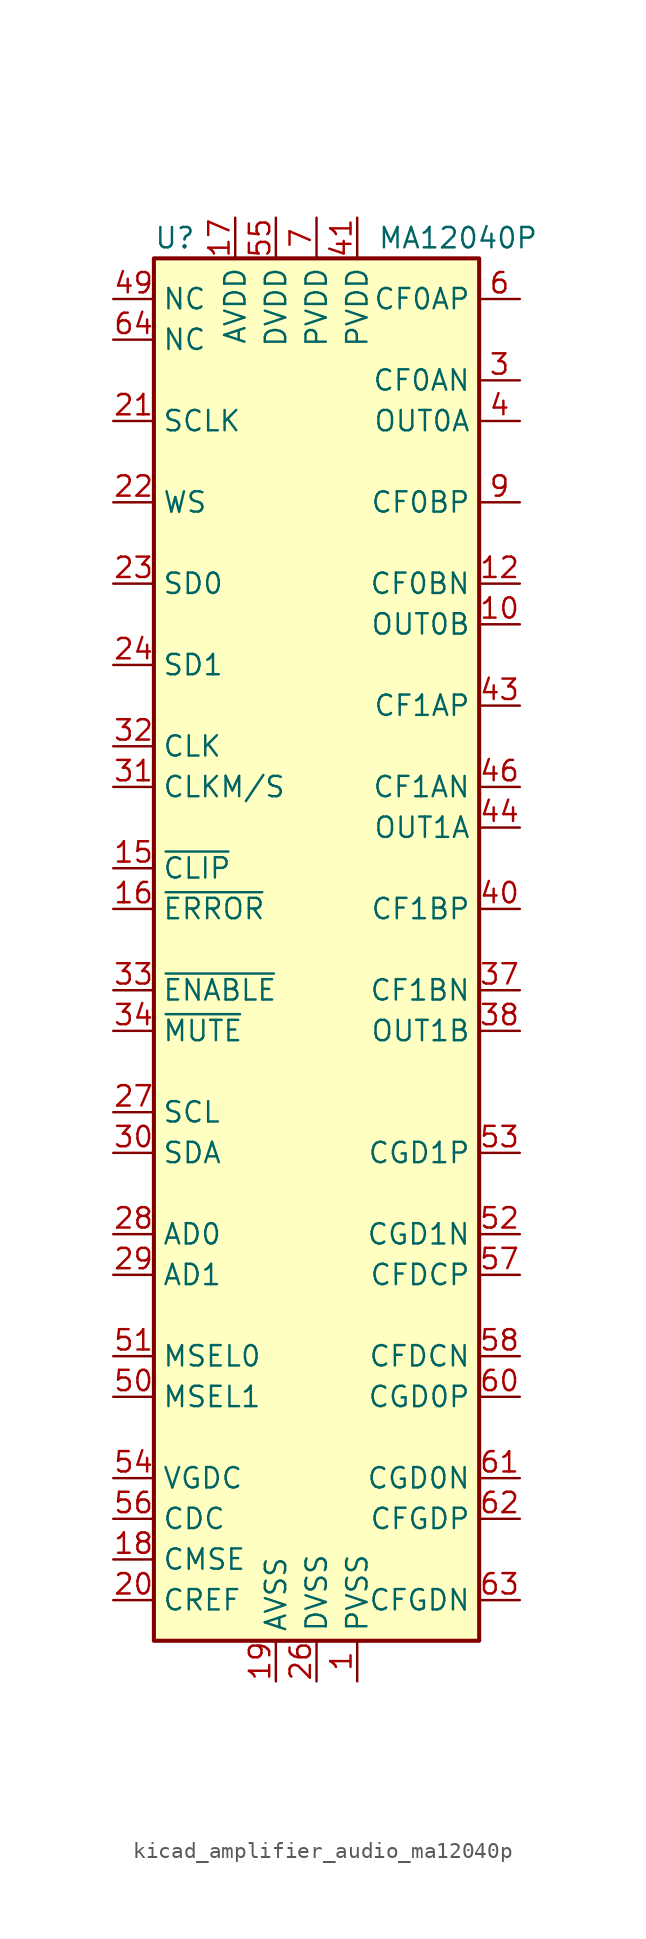
<source format=kicad_sym>
(kicad_symbol_lib
  (version 20220914)
  (generator kicad_symbol_editor)
  (symbol "kicad_amplifier_audio_ma12040p"
    (property "Reference" "U"
      (at -10.16 44.45 0)
      (effects (font (size 1.27 1.27)) (justify left)))
    (property "Value" "MA12040P"
      (at 3.81 44.45 0)
      (effects (font (size 1.27 1.27)) (justify left)))
    (symbol "kicad_amplifier_audio_ma12040p_0_1"
      (rectangle (start -10.16 -43.18) (end 10.16 43.18) (stroke (width 0.254) (type default)) (fill (type background))))
    (symbol "kicad_amplifier_audio_ma12040p_1_1"
      (pin power_in line (at 2.54 -45.72 90) (length 2.54) (name "PVSS" (effects (font (size 1.27 1.27)))) (number "1" (effects (font (size 1.27 1.27)))))
      (pin output line (at 12.7 20.32 180) (length 2.54) (name "OUT0B" (effects (font (size 1.27 1.27)))) (number "10" (effects (font (size 1.27 1.27)))))
      (pin passive line (at 12.7 20.32 180) (length 2.54) hide (name "OUT0B" (effects (font (size 1.27 1.27)))) (number "11" (effects (font (size 1.27 1.27)))))
      (pin passive line (at 12.7 22.86 180) (length 2.54) (name "CF0BN" (effects (font (size 1.27 1.27)))) (number "12" (effects (font (size 1.27 1.27)))))
      (pin passive line (at 2.54 -45.72 90) (length 2.54) hide (name "PVSS" (effects (font (size 1.27 1.27)))) (number "13" (effects (font (size 1.27 1.27)))))
      (pin passive line (at 2.54 -45.72 90) (length 2.54) hide (name "PVSS" (effects (font (size 1.27 1.27)))) (number "14" (effects (font (size 1.27 1.27)))))
      (pin output line (at -12.7 5.08 0) (length 2.54) (name "~{CLIP}" (effects (font (size 1.27 1.27)))) (number "15" (effects (font (size 1.27 1.27)))))
      (pin output line (at -12.7 2.54 0) (length 2.54) (name "~{ERROR}" (effects (font (size 1.27 1.27)))) (number "16" (effects (font (size 1.27 1.27)))))
      (pin power_in line (at -5.08 45.72 270) (length 2.54) (name "AVDD" (effects (font (size 1.27 1.27)))) (number "17" (effects (font (size 1.27 1.27)))))
      (pin passive line (at -12.7 -38.1 0) (length 2.54) (name "CMSE" (effects (font (size 1.27 1.27)))) (number "18" (effects (font (size 1.27 1.27)))))
      (pin power_in line (at -2.54 -45.72 90) (length 2.54) (name "AVSS" (effects (font (size 1.27 1.27)))) (number "19" (effects (font (size 1.27 1.27)))))
      (pin passive line (at 2.54 -45.72 90) (length 2.54) hide (name "PVSS" (effects (font (size 1.27 1.27)))) (number "2" (effects (font (size 1.27 1.27)))))
      (pin passive line (at -12.7 -40.64 0) (length 2.54) (name "CREF" (effects (font (size 1.27 1.27)))) (number "20" (effects (font (size 1.27 1.27)))))
      (pin input line (at -12.7 33.02 0) (length 2.54) (name "SCLK" (effects (font (size 1.27 1.27)))) (number "21" (effects (font (size 1.27 1.27)))))
      (pin input line (at -12.7 27.94 0) (length 2.54) (name "WS" (effects (font (size 1.27 1.27)))) (number "22" (effects (font (size 1.27 1.27)))))
      (pin input line (at -12.7 22.86 0) (length 2.54) (name "SD0" (effects (font (size 1.27 1.27)))) (number "23" (effects (font (size 1.27 1.27)))))
      (pin input line (at -12.7 17.78 0) (length 2.54) (name "SD1" (effects (font (size 1.27 1.27)))) (number "24" (effects (font (size 1.27 1.27)))))
      (pin passive line (at -2.54 -45.72 90) (length 2.54) hide (name "AVSS" (effects (font (size 1.27 1.27)))) (number "25" (effects (font (size 1.27 1.27)))))
      (pin power_in line (at 0 -45.72 90) (length 2.54) (name "DVSS" (effects (font (size 1.27 1.27)))) (number "26" (effects (font (size 1.27 1.27)))))
      (pin input line (at -12.7 -10.16 0) (length 2.54) (name "SCL" (effects (font (size 1.27 1.27)))) (number "27" (effects (font (size 1.27 1.27)))))
      (pin input line (at -12.7 -17.78 0) (length 2.54) (name "AD0" (effects (font (size 1.27 1.27)))) (number "28" (effects (font (size 1.27 1.27)))))
      (pin input line (at -12.7 -20.32 0) (length 2.54) (name "AD1" (effects (font (size 1.27 1.27)))) (number "29" (effects (font (size 1.27 1.27)))))
      (pin passive line (at 12.7 35.56 180) (length 2.54) (name "CF0AN" (effects (font (size 1.27 1.27)))) (number "3" (effects (font (size 1.27 1.27)))))
      (pin bidirectional line (at -12.7 -12.7 0) (length 2.54) (name "SDA" (effects (font (size 1.27 1.27)))) (number "30" (effects (font (size 1.27 1.27)))))
      (pin input line (at -12.7 10.16 0) (length 2.54) (name "CLKM/S" (effects (font (size 1.27 1.27)))) (number "31" (effects (font (size 1.27 1.27)))))
      (pin input line (at -12.7 12.7 0) (length 2.54) (name "CLK" (effects (font (size 1.27 1.27)))) (number "32" (effects (font (size 1.27 1.27)))))
      (pin input line (at -12.7 -2.54 0) (length 2.54) (name "~{ENABLE}" (effects (font (size 1.27 1.27)))) (number "33" (effects (font (size 1.27 1.27)))))
      (pin input line (at -12.7 -5.08 0) (length 2.54) (name "~{MUTE}" (effects (font (size 1.27 1.27)))) (number "34" (effects (font (size 1.27 1.27)))))
      (pin passive line (at 2.54 -45.72 90) (length 2.54) hide (name "PVSS" (effects (font (size 1.27 1.27)))) (number "35" (effects (font (size 1.27 1.27)))))
      (pin passive line (at 2.54 -45.72 90) (length 2.54) hide (name "PVSS" (effects (font (size 1.27 1.27)))) (number "36" (effects (font (size 1.27 1.27)))))
      (pin passive line (at 12.7 -2.54 180) (length 2.54) (name "CF1BN" (effects (font (size 1.27 1.27)))) (number "37" (effects (font (size 1.27 1.27)))))
      (pin output line (at 12.7 -5.08 180) (length 2.54) (name "OUT1B" (effects (font (size 1.27 1.27)))) (number "38" (effects (font (size 1.27 1.27)))))
      (pin passive line (at 12.7 -5.08 180) (length 2.54) hide (name "OUT1B" (effects (font (size 1.27 1.27)))) (number "39" (effects (font (size 1.27 1.27)))))
      (pin output line (at 12.7 33.02 180) (length 2.54) (name "OUT0A" (effects (font (size 1.27 1.27)))) (number "4" (effects (font (size 1.27 1.27)))))
      (pin passive line (at 12.7 2.54 180) (length 2.54) (name "CF1BP" (effects (font (size 1.27 1.27)))) (number "40" (effects (font (size 1.27 1.27)))))
      (pin power_in line (at 2.54 45.72 270) (length 2.54) (name "PVDD" (effects (font (size 1.27 1.27)))) (number "41" (effects (font (size 1.27 1.27)))))
      (pin passive line (at 2.54 45.72 270) (length 2.54) hide (name "PVDD" (effects (font (size 1.27 1.27)))) (number "42" (effects (font (size 1.27 1.27)))))
      (pin passive line (at 12.7 15.24 180) (length 2.54) (name "CF1AP" (effects (font (size 1.27 1.27)))) (number "43" (effects (font (size 1.27 1.27)))))
      (pin output line (at 12.7 7.62 180) (length 2.54) (name "OUT1A" (effects (font (size 1.27 1.27)))) (number "44" (effects (font (size 1.27 1.27)))))
      (pin passive line (at 12.7 7.62 180) (length 2.54) hide (name "OUT1A" (effects (font (size 1.27 1.27)))) (number "45" (effects (font (size 1.27 1.27)))))
      (pin passive line (at 12.7 10.16 180) (length 2.54) (name "CF1AN" (effects (font (size 1.27 1.27)))) (number "46" (effects (font (size 1.27 1.27)))))
      (pin passive line (at 2.54 -45.72 90) (length 2.54) hide (name "PVSS" (effects (font (size 1.27 1.27)))) (number "47" (effects (font (size 1.27 1.27)))))
      (pin passive line (at 2.54 -45.72 90) (length 2.54) hide (name "PVSS" (effects (font (size 1.27 1.27)))) (number "48" (effects (font (size 1.27 1.27)))))
      (pin passive line (at -12.7 40.64 0) (length 2.54) (name "NC" (effects (font (size 1.27 1.27)))) (number "49" (effects (font (size 1.27 1.27)))))
      (pin passive line (at 12.7 33.02 180) (length 2.54) hide (name "OUT0A" (effects (font (size 1.27 1.27)))) (number "5" (effects (font (size 1.27 1.27)))))
      (pin input line (at -12.7 -27.94 0) (length 2.54) (name "MSEL1" (effects (font (size 1.27 1.27)))) (number "50" (effects (font (size 1.27 1.27)))))
      (pin input line (at -12.7 -25.4 0) (length 2.54) (name "MSEL0" (effects (font (size 1.27 1.27)))) (number "51" (effects (font (size 1.27 1.27)))))
      (pin passive line (at 12.7 -17.78 180) (length 2.54) (name "CGD1N" (effects (font (size 1.27 1.27)))) (number "52" (effects (font (size 1.27 1.27)))))
      (pin passive line (at 12.7 -12.7 180) (length 2.54) (name "CGD1P" (effects (font (size 1.27 1.27)))) (number "53" (effects (font (size 1.27 1.27)))))
      (pin passive line (at -12.7 -33.02 0) (length 2.54) (name "VGDC" (effects (font (size 1.27 1.27)))) (number "54" (effects (font (size 1.27 1.27)))))
      (pin power_in line (at -2.54 45.72 270) (length 2.54) (name "DVDD" (effects (font (size 1.27 1.27)))) (number "55" (effects (font (size 1.27 1.27)))))
      (pin passive line (at -12.7 -35.56 0) (length 2.54) (name "CDC" (effects (font (size 1.27 1.27)))) (number "56" (effects (font (size 1.27 1.27)))))
      (pin passive line (at 12.7 -20.32 180) (length 2.54) (name "CFDCP" (effects (font (size 1.27 1.27)))) (number "57" (effects (font (size 1.27 1.27)))))
      (pin passive line (at 12.7 -25.4 180) (length 2.54) (name "CFDCN" (effects (font (size 1.27 1.27)))) (number "58" (effects (font (size 1.27 1.27)))))
      (pin passive line (at 0 -45.72 90) (length 2.54) hide (name "DVSS" (effects (font (size 1.27 1.27)))) (number "59" (effects (font (size 1.27 1.27)))))
      (pin passive line (at 12.7 40.64 180) (length 2.54) (name "CF0AP" (effects (font (size 1.27 1.27)))) (number "6" (effects (font (size 1.27 1.27)))))
      (pin passive line (at 12.7 -27.94 180) (length 2.54) (name "CGD0P" (effects (font (size 1.27 1.27)))) (number "60" (effects (font (size 1.27 1.27)))))
      (pin passive line (at 12.7 -33.02 180) (length 2.54) (name "CGD0N" (effects (font (size 1.27 1.27)))) (number "61" (effects (font (size 1.27 1.27)))))
      (pin passive line (at 12.7 -35.56 180) (length 2.54) (name "CFGDP" (effects (font (size 1.27 1.27)))) (number "62" (effects (font (size 1.27 1.27)))))
      (pin passive line (at 12.7 -40.64 180) (length 2.54) (name "CFGDN" (effects (font (size 1.27 1.27)))) (number "63" (effects (font (size 1.27 1.27)))))
      (pin passive line (at -12.7 38.1 0) (length 2.54) (name "NC" (effects (font (size 1.27 1.27)))) (number "64" (effects (font (size 1.27 1.27)))))
      (pin power_in line (at 0 45.72 270) (length 2.54) (name "PVDD" (effects (font (size 1.27 1.27)))) (number "7" (effects (font (size 1.27 1.27)))))
      (pin passive line (at 0 45.72 270) (length 2.54) hide (name "PVDD" (effects (font (size 1.27 1.27)))) (number "8" (effects (font (size 1.27 1.27)))))
      (pin passive line (at 12.7 27.94 180) (length 2.54) (name "CF0BP" (effects (font (size 1.27 1.27)))) (number "9" (effects (font (size 1.27 1.27))))))))
</source>
